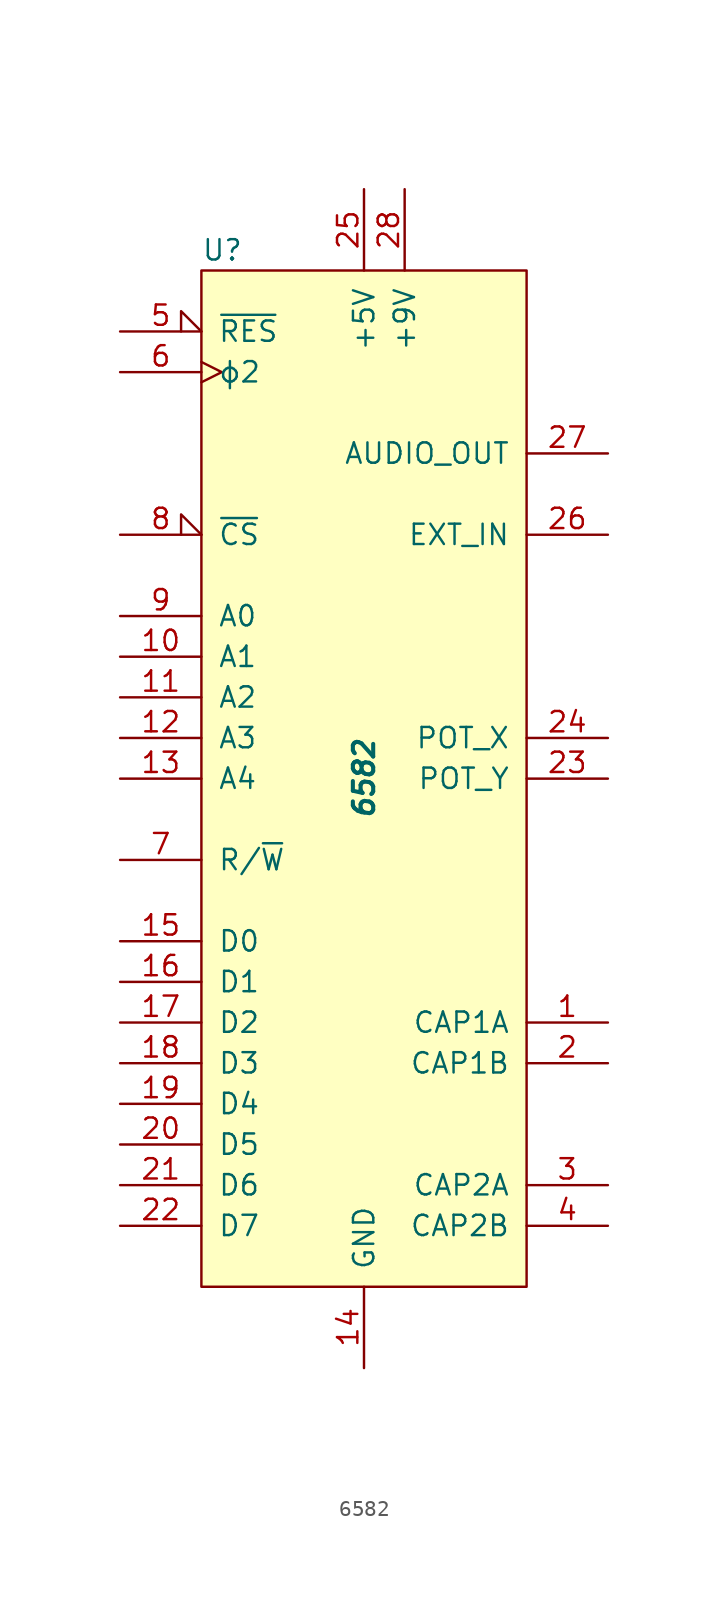
<source format=kicad_sym>
(kicad_symbol_lib
  (version 20241209)
  (generator "kicad_symbol_editor")
  (generator_version "9.0")
  (symbol "6582"
    (pin_names
      (offset 1.016))
    (property "Reference" "U"
      (at -10.16 33.02 0)
      (effects (font (size 1.27 1.27)) (justify left)))
    (property "Value" "6582"
      (at 0 0 90)
      (effects (font (size 1.27 1.27) (bold yes) (italic yes))))
    (symbol "6582_0_1"
      (rectangle (start -10.16 31.75) (end 10.16 -31.75) (stroke (width 0) (type solid)) (fill (type background))))
    (symbol "6582_1_1"
      (pin input input_low (at -15.24 27.94 0) (length 5.08) (name "~{RES}" (effects (font (size 1.27 1.27)))) (number "5" (effects (font (size 1.27 1.27)))))
      (pin input clock (at -15.24 25.4 0) (length 5.08) (name "ϕ2" (effects (font (size 1.27 1.27)))) (number "6" (effects (font (size 1.27 1.27)))))
      (pin input input_low (at -15.24 15.24 0) (length 5.08) (name "~{CS}" (effects (font (size 1.27 1.27)))) (number "8" (effects (font (size 1.27 1.27)))))
      (pin input line (at -15.24 10.16 0) (length 5.08) (name "A0" (effects (font (size 1.27 1.27)))) (number "9" (effects (font (size 1.27 1.27)))))
      (pin input line (at -15.24 7.62 0) (length 5.08) (name "A1" (effects (font (size 1.27 1.27)))) (number "10" (effects (font (size 1.27 1.27)))))
      (pin input line (at -15.24 5.08 0) (length 5.08) (name "A2" (effects (font (size 1.27 1.27)))) (number "11" (effects (font (size 1.27 1.27)))))
      (pin input line (at -15.24 2.54 0) (length 5.08) (name "A3" (effects (font (size 1.27 1.27)))) (number "12" (effects (font (size 1.27 1.27)))))
      (pin input line (at -15.24 0 0) (length 5.08) (name "A4" (effects (font (size 1.27 1.27)))) (number "13" (effects (font (size 1.27 1.27)))))
      (pin input line (at -15.24 -5.08 0) (length 5.08) (name "R/~{W}" (effects (font (size 1.27 1.27)))) (number "7" (effects (font (size 1.27 1.27)))))
      (pin bidirectional line (at -15.24 -10.16 0) (length 5.08) (name "D0" (effects (font (size 1.27 1.27)))) (number "15" (effects (font (size 1.27 1.27)))))
      (pin bidirectional line (at -15.24 -12.7 0) (length 5.08) (name "D1" (effects (font (size 1.27 1.27)))) (number "16" (effects (font (size 1.27 1.27)))))
      (pin bidirectional line (at -15.24 -15.24 0) (length 5.08) (name "D2" (effects (font (size 1.27 1.27)))) (number "17" (effects (font (size 1.27 1.27)))))
      (pin bidirectional line (at -15.24 -17.78 0) (length 5.08) (name "D3" (effects (font (size 1.27 1.27)))) (number "18" (effects (font (size 1.27 1.27)))))
      (pin bidirectional line (at -15.24 -20.32 0) (length 5.08) (name "D4" (effects (font (size 1.27 1.27)))) (number "19" (effects (font (size 1.27 1.27)))))
      (pin bidirectional line (at -15.24 -22.86 0) (length 5.08) (name "D5" (effects (font (size 1.27 1.27)))) (number "20" (effects (font (size 1.27 1.27)))))
      (pin bidirectional line (at -15.24 -25.4 0) (length 5.08) (name "D6" (effects (font (size 1.27 1.27)))) (number "21" (effects (font (size 1.27 1.27)))))
      (pin bidirectional line (at -15.24 -27.94 0) (length 5.08) (name "D7" (effects (font (size 1.27 1.27)))) (number "22" (effects (font (size 1.27 1.27)))))
      (pin power_in line (at 0 36.83 270) (length 5.08) (name "+5V" (effects (font (size 1.27 1.27)))) (number "25" (effects (font (size 1.27 1.27)))))
      (pin power_in line (at 0 -36.83 90) (length 5.08) (name "GND" (effects (font (size 1.27 1.27)))) (number "14" (effects (font (size 1.27 1.27)))))
      (pin power_in line (at 2.54 36.83 270) (length 5.08) (name "+9V" (effects (font (size 1.27 1.27)))) (number "28" (effects (font (size 1.27 1.27)))))
      (pin output line (at 15.24 20.32 180) (length 5.08) (name "AUDIO_OUT" (effects (font (size 1.27 1.27)))) (number "27" (effects (font (size 1.27 1.27)))))
      (pin input line (at 15.24 15.24 180) (length 5.08) (name "EXT_IN" (effects (font (size 1.27 1.27)))) (number "26" (effects (font (size 1.27 1.27)))))
      (pin input line (at 15.24 2.54 180) (length 5.08) (name "POT_X" (effects (font (size 1.27 1.27)))) (number "24" (effects (font (size 1.27 1.27)))))
      (pin input line (at 15.24 0 180) (length 5.08) (name "POT_Y" (effects (font (size 1.27 1.27)))) (number "23" (effects (font (size 1.27 1.27)))))
      (pin passive line (at 15.24 -15.24 180) (length 5.08) (name "CAP1A" (effects (font (size 1.27 1.27)))) (number "1" (effects (font (size 1.27 1.27)))))
      (pin passive line (at 15.24 -17.78 180) (length 5.08) (name "CAP1B" (effects (font (size 1.27 1.27)))) (number "2" (effects (font (size 1.27 1.27)))))
      (pin passive line (at 15.24 -25.4 180) (length 5.08) (name "CAP2A" (effects (font (size 1.27 1.27)))) (number "3" (effects (font (size 1.27 1.27)))))
      (pin passive line (at 15.24 -27.94 180) (length 5.08) (name "CAP2B" (effects (font (size 1.27 1.27)))) (number "4" (effects (font (size 1.27 1.27))))))))
</source>
